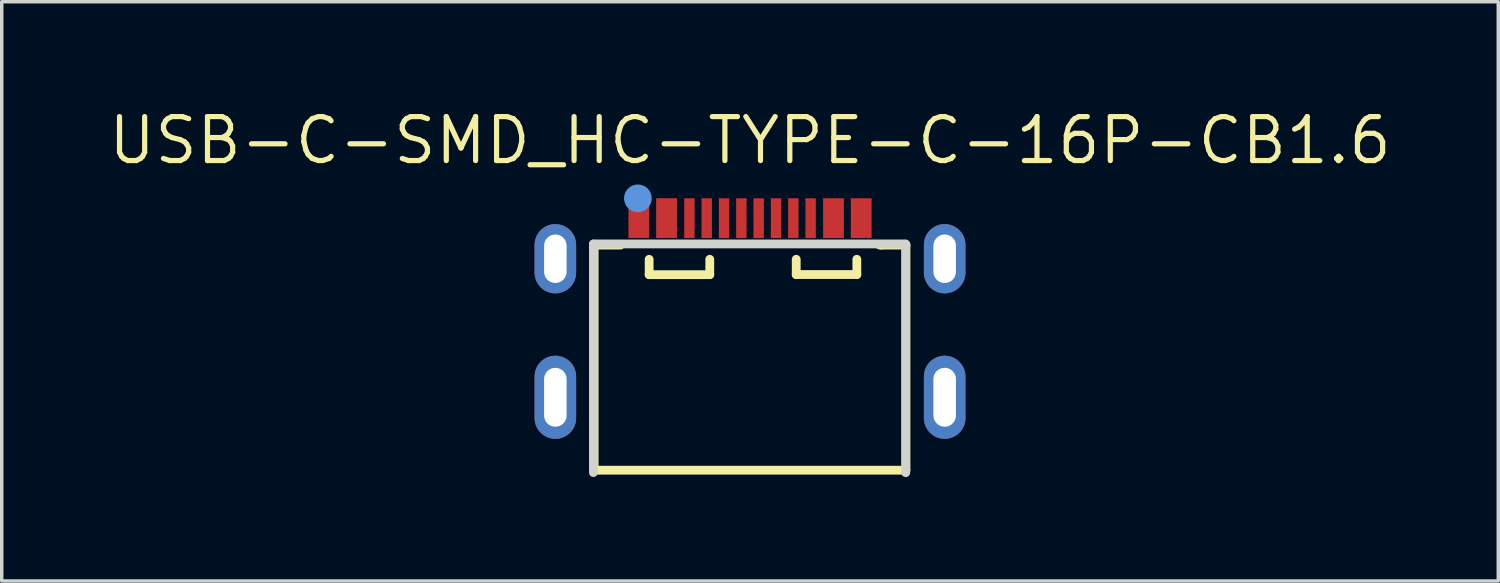
<source format=kicad_pcb>
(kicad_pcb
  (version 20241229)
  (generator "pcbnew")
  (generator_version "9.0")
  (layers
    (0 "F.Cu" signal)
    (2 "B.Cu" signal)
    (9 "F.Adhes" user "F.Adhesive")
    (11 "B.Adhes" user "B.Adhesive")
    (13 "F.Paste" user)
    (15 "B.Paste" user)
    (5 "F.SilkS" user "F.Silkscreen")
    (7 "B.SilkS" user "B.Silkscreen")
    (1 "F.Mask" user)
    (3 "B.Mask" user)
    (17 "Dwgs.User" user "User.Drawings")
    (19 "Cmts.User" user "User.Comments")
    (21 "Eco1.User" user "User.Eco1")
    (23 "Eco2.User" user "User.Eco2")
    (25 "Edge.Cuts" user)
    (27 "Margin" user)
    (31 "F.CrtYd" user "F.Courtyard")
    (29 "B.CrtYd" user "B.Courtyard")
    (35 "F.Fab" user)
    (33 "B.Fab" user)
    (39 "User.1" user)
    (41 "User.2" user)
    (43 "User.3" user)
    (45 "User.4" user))
  (footprint "USB-C-SMD_HC-TYPE-C-16P-CB1.6"
    (layer "F.Cu")
    (at 18.604 5.834)
    (property "Reference" "USB-C-SMD_HC-TYPE-C-16P-CB1.6" (at 0 -4.828 0) (layer "F.SilkS") (effects (font (size 1.27 1.27) (thickness 0.15))))
    (attr smd)
    (fp_line (start -4.5 -1.809) (end -4.5 4.691) (stroke (width 0.254) (type solid)) (layer "F.SilkS"))
    (fp_line (start -4.5 4.691) (end 4.45 4.691) (stroke (width 0.254) (type solid)) (layer "F.SilkS"))
    (fp_line (start -3.741 -1.809) (end -4.5 -1.809) (stroke (width 0.254) (type solid)) (layer "F.SilkS"))
    (fp_line (start -2.912 -0.954) (end -2.912 -1.397) (stroke (width 0.254) (type solid)) (layer "F.SilkS"))
    (fp_line (start -2.912 -0.954) (end -1.162 -0.954) (stroke (width 0.254) (type solid)) (layer "F.SilkS"))
    (fp_line (start -1.162 -0.954) (end -1.162 -1.398) (stroke (width 0.254) (type solid)) (layer "F.SilkS"))
    (fp_line (start 1.334 -0.957) (end 1.334 -1.398) (stroke (width 0.254) (type solid)) (layer "F.SilkS"))
    (fp_line (start 3.084 -0.957) (end 1.334 -0.957) (stroke (width 0.254) (type solid)) (layer "F.SilkS"))
    (fp_line (start 3.084 -0.957) (end 3.084 -1.398) (stroke (width 0.254) (type solid)) (layer "F.SilkS"))
    (fp_line (start 3.796 -1.809) (end 3.741 -1.809) (stroke (width 0.254) (type solid)) (layer "F.SilkS"))
    (fp_line (start 4.45 4.691) (end 4.5 4.691) (stroke (width 0.254) (type solid)) (layer "F.SilkS"))
    (fp_line (start 4.5 4.691) (end 4.5 -1.809) (stroke (width 0.254) (type solid)) (layer "F.SilkS"))
    (fp_line (start 4.505 -1.809) (end 3.796 -1.809) (stroke (width 0.254) (type solid)) (layer "F.SilkS"))
    (fp_poly (pts (xy -2.91 -2.011) (xy -3.51 -2.011) (xy -3.51 -3.161) (xy -2.91 -3.161)) (stroke (width 0) (type solid)) (fill yes) (layer "F.Paste"))
    (fp_poly (pts (xy -2.11 -2.011) (xy -2.71 -2.011) (xy -2.71 -3.161) (xy -2.11 -3.161)) (stroke (width 0) (type solid)) (fill yes) (layer "F.Paste"))
    (fp_poly (pts (xy -1.9 -3.161) (xy -1.6 -3.161) (xy -1.6 -2.011) (xy -1.9 -2.011)) (stroke (width 0) (type solid)) (fill yes) (layer "F.Paste"))
    (fp_poly (pts (xy -1.4 -3.161) (xy -1.1 -3.161) (xy -1.1 -2.011) (xy -1.4 -2.011)) (stroke (width 0) (type solid)) (fill yes) (layer "F.Paste"))
    (fp_poly (pts (xy -0.9 -3.161) (xy -0.6 -3.161) (xy -0.6 -2.011) (xy -0.9 -2.011)) (stroke (width 0) (type solid)) (fill yes) (layer "F.Paste"))
    (fp_poly (pts (xy -0.4 -3.161) (xy -0.1 -3.161) (xy -0.1 -2.011) (xy -0.4 -2.011)) (stroke (width 0) (type solid)) (fill yes) (layer "F.Paste"))
    (fp_poly (pts (xy 0.1 -3.161) (xy 0.4 -3.161) (xy 0.4 -2.011) (xy 0.1 -2.011)) (stroke (width 0) (type solid)) (fill yes) (layer "F.Paste"))
    (fp_poly (pts (xy 0.6 -3.161) (xy 0.9 -3.161) (xy 0.9 -2.011) (xy 0.6 -2.011)) (stroke (width 0) (type solid)) (fill yes) (layer "F.Paste"))
    (fp_poly (pts (xy 1.1 -3.161) (xy 1.4 -3.161) (xy 1.4 -2.011) (xy 1.1 -2.011)) (stroke (width 0) (type solid)) (fill yes) (layer "F.Paste"))
    (fp_poly (pts (xy 1.6 -3.161) (xy 1.9 -3.161) (xy 1.9 -2.011) (xy 1.6 -2.011)) (stroke (width 0) (type solid)) (fill yes) (layer "F.Paste"))
    (fp_poly (pts (xy 2.11 -3.161) (xy 2.71 -3.161) (xy 2.71 -2.011) (xy 2.11 -2.011)) (stroke (width 0) (type solid)) (fill yes) (layer "F.Paste"))
    (fp_poly (pts (xy 2.91 -3.161) (xy 3.51 -3.161) (xy 3.51 -2.011) (xy 2.91 -2.011)) (stroke (width 0) (type solid)) (fill yes) (layer "F.Paste"))
    (fp_poly (pts (xy -5.575 -2.413) (xy -5.605 -2.414) (xy -5.635 -2.414) (xy -5.665 -2.413) (xy -5.695 -2.41) (xy -5.724 -2.405) (xy -5.754 -2.399) (xy -5.783 -2.392) (xy -5.811 -2.383) (xy -5.839 -2.373) (xy -5.867 -2.361) (xy -5.894 -2.348) (xy -5.92 -2.334) (xy -5.946 -2.318) (xy -5.97 -2.302) (xy -5.994 -2.283) (xy -6.017 -2.264) (xy -6.039 -2.244) (xy -6.06 -2.222) (xy -6.08 -2.2) (xy -6.098 -2.177) (xy -6.116 -2.152) (xy -6.132 -2.127) (xy -6.147 -2.101) (xy -6.161 -2.075) (xy -6.173 -2.047) (xy -6.184 -2.02) (xy -6.193 -1.991) (xy -6.201 -1.962) (xy -6.208 -1.933) (xy -6.213 -1.904) (xy -6.217 -1.874) (xy -6.219 -1.844) (xy -6.22 -1.814) (xy -6.22 -1.014) (xy -6.219 -0.985) (xy -6.217 -0.955) (xy -6.213 -0.925) (xy -6.208 -0.896) (xy -6.201 -0.866) (xy -6.193 -0.838) (xy -6.184 -0.809) (xy -6.173 -0.781) (xy -6.161 -0.754) (xy -6.147 -0.727) (xy -6.132 -0.702) (xy -6.116 -0.676) (xy -6.098 -0.652) (xy -6.08 -0.629) (xy -6.06 -0.606) (xy -6.039 -0.585) (xy -6.017 -0.565) (xy -5.994 -0.545) (xy -5.97 -0.527) (xy -5.946 -0.51) (xy -5.92 -0.495) (xy -5.894 -0.48) (xy -5.867 -0.467) (xy -5.839 -0.456) (xy -5.811 -0.446) (xy -5.783 -0.437) (xy -5.754 -0.429) (xy -5.724 -0.424) (xy -5.695 -0.419) (xy -5.665 -0.416) (xy -5.635 -0.415) (xy -5.605 -0.415) (xy -5.575 -0.416) (xy -5.545 -0.419) (xy -5.516 -0.424) (xy -5.487 -0.429) (xy -5.457 -0.437) (xy -5.429 -0.446) (xy -5.401 -0.456) (xy -5.373 -0.467) (xy -5.346 -0.48) (xy -5.32 -0.495) (xy -5.294 -0.51) (xy -5.27 -0.527) (xy -5.246 -0.545) (xy -5.223 -0.565) (xy -5.201 -0.585) (xy -5.18 -0.606) (xy -5.16 -0.629) (xy -5.142 -0.652) (xy -5.124 -0.676) (xy -5.108 -0.702) (xy -5.093 -0.727) (xy -5.079 -0.754) (xy -5.067 -0.781) (xy -5.056 -0.809) (xy -5.047 -0.838) (xy -5.039 -0.866) (xy -5.032 -0.896) (xy -5.027 -0.925) (xy -5.023 -0.955) (xy -5.021 -0.985) (xy -5.02 -1.014) (xy -5.02 -1.814) (xy -5.021 -1.844) (xy -5.023 -1.874) (xy -5.027 -1.904) (xy -5.032 -1.933) (xy -5.039 -1.962) (xy -5.047 -1.991) (xy -5.056 -2.02) (xy -5.067 -2.047) (xy -5.079 -2.075) (xy -5.093 -2.101) (xy -5.108 -2.127) (xy -5.124 -2.152) (xy -5.142 -2.177) (xy -5.16 -2.2) (xy -5.18 -2.222) (xy -5.201 -2.244) (xy -5.223 -2.264) (xy -5.246 -2.283) (xy -5.27 -2.302) (xy -5.294 -2.318) (xy -5.32 -2.334) (xy -5.346 -2.348) (xy -5.373 -2.361) (xy -5.401 -2.373) (xy -5.429 -2.383) (xy -5.457 -2.392) (xy -5.487 -2.399) (xy -5.516 -2.405) (xy -5.545 -2.41)) (stroke (width 0) (type solid)) (fill yes) (layer "F.Paste"))
    (fp_poly (pts (xy -5.575 1.387) (xy -5.605 1.386) (xy -5.635 1.386) (xy -5.665 1.387) (xy -5.695 1.39) (xy -5.724 1.395) (xy -5.754 1.401) (xy -5.783 1.408) (xy -5.811 1.417) (xy -5.839 1.427) (xy -5.867 1.439) (xy -5.894 1.452) (xy -5.92 1.466) (xy -5.946 1.482) (xy -5.97 1.498) (xy -5.994 1.517) (xy -6.017 1.536) (xy -6.039 1.556) (xy -6.06 1.577) (xy -6.08 1.6) (xy -6.098 1.623) (xy -6.116 1.648) (xy -6.132 1.673) (xy -6.147 1.699) (xy -6.161 1.725) (xy -6.173 1.753) (xy -6.184 1.78) (xy -6.193 1.809) (xy -6.201 1.838) (xy -6.208 1.867) (xy -6.213 1.896) (xy -6.217 1.926) (xy -6.219 1.956) (xy -6.22 1.986) (xy -6.22 3.186) (xy -6.219 3.215) (xy -6.217 3.245) (xy -6.213 3.275) (xy -6.208 3.304) (xy -6.201 3.334) (xy -6.193 3.362) (xy -6.184 3.391) (xy -6.173 3.419) (xy -6.161 3.446) (xy -6.147 3.473) (xy -6.132 3.498) (xy -6.116 3.524) (xy -6.098 3.548) (xy -6.08 3.571) (xy -6.06 3.594) (xy -6.039 3.615) (xy -6.017 3.635) (xy -5.994 3.655) (xy -5.97 3.673) (xy -5.946 3.69) (xy -5.92 3.705) (xy -5.894 3.72) (xy -5.867 3.733) (xy -5.839 3.744) (xy -5.811 3.754) (xy -5.783 3.763) (xy -5.754 3.771) (xy -5.724 3.776) (xy -5.695 3.781) (xy -5.665 3.784) (xy -5.635 3.785) (xy -5.605 3.785) (xy -5.575 3.784) (xy -5.545 3.781) (xy -5.516 3.776) (xy -5.487 3.771) (xy -5.457 3.763) (xy -5.429 3.754) (xy -5.401 3.744) (xy -5.373 3.733) (xy -5.346 3.72) (xy -5.32 3.705) (xy -5.294 3.69) (xy -5.27 3.673) (xy -5.246 3.655) (xy -5.223 3.635) (xy -5.201 3.615) (xy -5.18 3.594) (xy -5.16 3.571) (xy -5.142 3.548) (xy -5.124 3.524) (xy -5.108 3.498) (xy -5.093 3.473) (xy -5.079 3.446) (xy -5.067 3.419) (xy -5.056 3.391) (xy -5.047 3.362) (xy -5.039 3.334) (xy -5.032 3.304) (xy -5.027 3.275) (xy -5.023 3.245) (xy -5.021 3.215) (xy -5.02 3.186) (xy -5.02 1.986) (xy -5.021 1.956) (xy -5.023 1.926) (xy -5.027 1.896) (xy -5.032 1.867) (xy -5.039 1.838) (xy -5.047 1.809) (xy -5.056 1.78) (xy -5.067 1.753) (xy -5.079 1.725) (xy -5.093 1.699) (xy -5.108 1.673) (xy -5.124 1.648) (xy -5.142 1.623) (xy -5.16 1.6) (xy -5.18 1.577) (xy -5.201 1.556) (xy -5.223 1.536) (xy -5.246 1.517) (xy -5.27 1.498) (xy -5.294 1.482) (xy -5.32 1.466) (xy -5.346 1.452) (xy -5.373 1.439) (xy -5.401 1.427) (xy -5.429 1.417) (xy -5.457 1.408) (xy -5.487 1.401) (xy -5.516 1.395) (xy -5.545 1.39)) (stroke (width 0) (type solid)) (fill yes) (layer "F.Paste"))
    (fp_poly (pts (xy 5.665 -2.413) (xy 5.635 -2.414) (xy 5.605 -2.414) (xy 5.575 -2.413) (xy 5.545 -2.41) (xy 5.516 -2.405) (xy 5.487 -2.399) (xy 5.457 -2.392) (xy 5.429 -2.383) (xy 5.401 -2.373) (xy 5.373 -2.361) (xy 5.346 -2.348) (xy 5.32 -2.334) (xy 5.294 -2.318) (xy 5.27 -2.302) (xy 5.246 -2.283) (xy 5.223 -2.264) (xy 5.201 -2.244) (xy 5.18 -2.222) (xy 5.16 -2.2) (xy 5.142 -2.177) (xy 5.124 -2.152) (xy 5.108 -2.127) (xy 5.093 -2.101) (xy 5.079 -2.075) (xy 5.067 -2.047) (xy 5.056 -2.02) (xy 5.047 -1.991) (xy 5.039 -1.962) (xy 5.032 -1.933) (xy 5.027 -1.904) (xy 5.023 -1.874) (xy 5.021 -1.844) (xy 5.02 -1.814) (xy 5.02 -1.014) (xy 5.021 -0.985) (xy 5.023 -0.955) (xy 5.027 -0.925) (xy 5.032 -0.896) (xy 5.039 -0.866) (xy 5.047 -0.838) (xy 5.056 -0.809) (xy 5.067 -0.781) (xy 5.079 -0.754) (xy 5.093 -0.727) (xy 5.108 -0.702) (xy 5.124 -0.676) (xy 5.142 -0.652) (xy 5.16 -0.629) (xy 5.18 -0.606) (xy 5.201 -0.585) (xy 5.223 -0.565) (xy 5.246 -0.545) (xy 5.27 -0.527) (xy 5.294 -0.51) (xy 5.32 -0.495) (xy 5.346 -0.48) (xy 5.373 -0.467) (xy 5.401 -0.456) (xy 5.429 -0.446) (xy 5.457 -0.437) (xy 5.487 -0.429) (xy 5.516 -0.424) (xy 5.545 -0.419) (xy 5.575 -0.416) (xy 5.605 -0.415) (xy 5.635 -0.415) (xy 5.665 -0.416) (xy 5.695 -0.419) (xy 5.724 -0.424) (xy 5.754 -0.429) (xy 5.783 -0.437) (xy 5.811 -0.446) (xy 5.839 -0.456) (xy 5.867 -0.467) (xy 5.894 -0.48) (xy 5.92 -0.495) (xy 5.946 -0.51) (xy 5.97 -0.527) (xy 5.994 -0.545) (xy 6.017 -0.565) (xy 6.039 -0.585) (xy 6.06 -0.606) (xy 6.08 -0.629) (xy 6.098 -0.652) (xy 6.116 -0.676) (xy 6.132 -0.702) (xy 6.147 -0.727) (xy 6.161 -0.754) (xy 6.173 -0.781) (xy 6.184 -0.809) (xy 6.193 -0.838) (xy 6.201 -0.866) (xy 6.208 -0.896) (xy 6.213 -0.925) (xy 6.217 -0.955) (xy 6.219 -0.985) (xy 6.22 -1.014) (xy 6.22 -1.814) (xy 6.219 -1.844) (xy 6.217 -1.874) (xy 6.213 -1.904) (xy 6.208 -1.933) (xy 6.201 -1.962) (xy 6.193 -1.991) (xy 6.184 -2.02) (xy 6.173 -2.047) (xy 6.161 -2.075) (xy 6.147 -2.101) (xy 6.132 -2.127) (xy 6.116 -2.152) (xy 6.098 -2.177) (xy 6.08 -2.2) (xy 6.06 -2.222) (xy 6.039 -2.244) (xy 6.017 -2.264) (xy 5.994 -2.283) (xy 5.97 -2.302) (xy 5.946 -2.318) (xy 5.92 -2.334) (xy 5.894 -2.348) (xy 5.867 -2.361) (xy 5.839 -2.373) (xy 5.811 -2.383) (xy 5.783 -2.392) (xy 5.754 -2.399) (xy 5.724 -2.405) (xy 5.695 -2.41)) (stroke (width 0) (type solid)) (fill yes) (layer "F.Paste"))
    (fp_poly (pts (xy 5.665 1.387) (xy 5.635 1.386) (xy 5.605 1.386) (xy 5.575 1.387) (xy 5.545 1.39) (xy 5.516 1.395) (xy 5.487 1.401) (xy 5.457 1.408) (xy 5.429 1.417) (xy 5.401 1.427) (xy 5.373 1.439) (xy 5.346 1.452) (xy 5.32 1.466) (xy 5.294 1.482) (xy 5.27 1.498) (xy 5.246 1.517) (xy 5.223 1.536) (xy 5.201 1.556) (xy 5.18 1.577) (xy 5.16 1.6) (xy 5.142 1.623) (xy 5.124 1.648) (xy 5.108 1.673) (xy 5.093 1.699) (xy 5.079 1.725) (xy 5.067 1.753) (xy 5.056 1.78) (xy 5.047 1.809) (xy 5.039 1.838) (xy 5.032 1.867) (xy 5.027 1.896) (xy 5.023 1.926) (xy 5.021 1.956) (xy 5.02 1.986) (xy 5.02 3.186) (xy 5.021 3.215) (xy 5.023 3.245) (xy 5.027 3.275) (xy 5.032 3.304) (xy 5.039 3.334) (xy 5.047 3.362) (xy 5.056 3.391) (xy 5.067 3.419) (xy 5.079 3.446) (xy 5.093 3.473) (xy 5.108 3.498) (xy 5.124 3.524) (xy 5.142 3.548) (xy 5.16 3.571) (xy 5.18 3.594) (xy 5.201 3.615) (xy 5.223 3.635) (xy 5.246 3.655) (xy 5.27 3.673) (xy 5.294 3.69) (xy 5.32 3.705) (xy 5.346 3.72) (xy 5.373 3.733) (xy 5.401 3.744) (xy 5.429 3.754) (xy 5.457 3.763) (xy 5.487 3.771) (xy 5.516 3.776) (xy 5.545 3.781) (xy 5.575 3.784) (xy 5.605 3.785) (xy 5.635 3.785) (xy 5.665 3.784) (xy 5.695 3.781) (xy 5.724 3.776) (xy 5.754 3.771) (xy 5.783 3.763) (xy 5.811 3.754) (xy 5.839 3.744) (xy 5.867 3.733) (xy 5.894 3.72) (xy 5.92 3.705) (xy 5.946 3.69) (xy 5.97 3.673) (xy 5.994 3.655) (xy 6.017 3.635) (xy 6.039 3.615) (xy 6.06 3.594) (xy 6.08 3.571) (xy 6.098 3.548) (xy 6.116 3.524) (xy 6.132 3.498) (xy 6.147 3.473) (xy 6.161 3.446) (xy 6.173 3.419) (xy 6.184 3.391) (xy 6.193 3.362) (xy 6.201 3.334) (xy 6.208 3.304) (xy 6.213 3.275) (xy 6.217 3.245) (xy 6.219 3.215) (xy 6.22 3.186) (xy 6.22 1.986) (xy 6.219 1.956) (xy 6.217 1.926) (xy 6.213 1.896) (xy 6.208 1.867) (xy 6.201 1.838) (xy 6.193 1.809) (xy 6.184 1.78) (xy 6.173 1.753) (xy 6.161 1.725) (xy 6.147 1.699) (xy 6.132 1.673) (xy 6.116 1.648) (xy 6.098 1.623) (xy 6.08 1.6) (xy 6.06 1.577) (xy 6.039 1.556) (xy 6.017 1.536) (xy 5.994 1.517) (xy 5.97 1.498) (xy 5.946 1.482) (xy 5.92 1.466) (xy 5.894 1.452) (xy 5.867 1.439) (xy 5.839 1.427) (xy 5.811 1.417) (xy 5.783 1.408) (xy 5.754 1.401) (xy 5.724 1.395) (xy 5.695 1.39)) (stroke (width 0) (type solid)) (fill yes) (layer "F.Paste"))
    (fp_circle (center -3.238 -3.158) (end -3.038 -3.158) (stroke (width 0.4) (type solid)) (fill no) (layer "Cmts.User"))
    (fp_line (start -4.521 -1.841) (end 4.479 -1.841) (stroke (width 0.254) (type solid)) (layer "Edge.Cuts"))
    (fp_line (start -4.521 4.76) (end -4.521 -1.839) (stroke (width 0.254) (type solid)) (layer "Edge.Cuts"))
    (fp_line (start 4.496 4.763) (end 4.496 -1.837) (stroke (width 0.254) (type solid)) (layer "Edge.Cuts"))
    (fp_text user "" (at 0 0 0) (layer "Cmts.User") (effects (font (size 1 1) (thickness 0.15))))
    (pad "0" thru_hole oval (at -5.62 -1.414) (size 1.2 2) (drill oval 0.65 1.4) (layers "*.Cu" "*.Paste" "*.Mask"))
    (pad "0" thru_hole oval (at -5.62 2.586) (size 1.2 2.4) (drill oval 0.65 1.7) (layers "*.Cu" "*.Paste" "*.Mask"))
    (pad "0" thru_hole oval (at 5.62 -1.414) (size 1.2 2) (drill oval 0.65 1.4) (layers "*.Cu" "*.Paste" "*.Mask"))
    (pad "0" thru_hole oval (at 5.62 2.586) (size 1.2 2.4) (drill oval 0.65 1.7) (layers "*.Cu" "*.Paste" "*.Mask"))
    (pad "A4B9" smd rect (at -2.41 -2.586 180) (size 0.6 1.15) (layers "F.Cu" "F.Mask" "F.Paste"))
    (pad "A5" smd rect (at -1.25 -2.585) (size 0.3 1.15) (layers "F.Cu" "F.Mask" "F.Paste"))
    (pad "A6" smd rect (at -0.25 -2.585) (size 0.3 1.15) (layers "F.Cu" "F.Mask" "F.Paste"))
    (pad "A7" smd rect (at 0.25 -2.584) (size 0.3 1.15) (layers "F.Cu" "F.Mask" "F.Paste"))
    (pad "A8" smd rect (at 1.25 -2.585) (size 0.3 1.15) (layers "F.Cu" "F.Mask" "F.Paste"))
    (pad "A9B4" smd rect (at 2.41 -2.585) (size 0.6 1.15) (layers "F.Cu" "F.Mask" "F.Paste"))
    (pad "B1A12" smd rect (at 3.21 -2.585) (size 0.6 1.15) (layers "F.Cu" "F.Mask" "F.Paste"))
    (pad "B5" smd rect (at 1.75 -2.585) (size 0.3 1.15) (layers "F.Cu" "F.Mask" "F.Paste"))
    (pad "B6" smd rect (at 0.75 -2.585) (size 0.3 1.15) (layers "F.Cu" "F.Mask" "F.Paste"))
    (pad "B7" smd rect (at -0.75 -2.584) (size 0.3 1.15) (layers "F.Cu" "F.Mask" "F.Paste"))
    (pad "B8" smd rect (at -1.75 -2.585) (size 0.3 1.15) (layers "F.Cu" "F.Mask" "F.Paste"))
    (pad "B12A1" smd rect (at -3.21 -2.586 180) (size 0.6 1.15) (layers "F.Cu" "F.Mask" "F.Paste")))
  (gr_rect
    (start -3 -3)
    (end 40.207 13.724)
    (stroke (width 0.1) (type default))
    (fill no)
    (layer "Edge.Cuts")))
</source>
